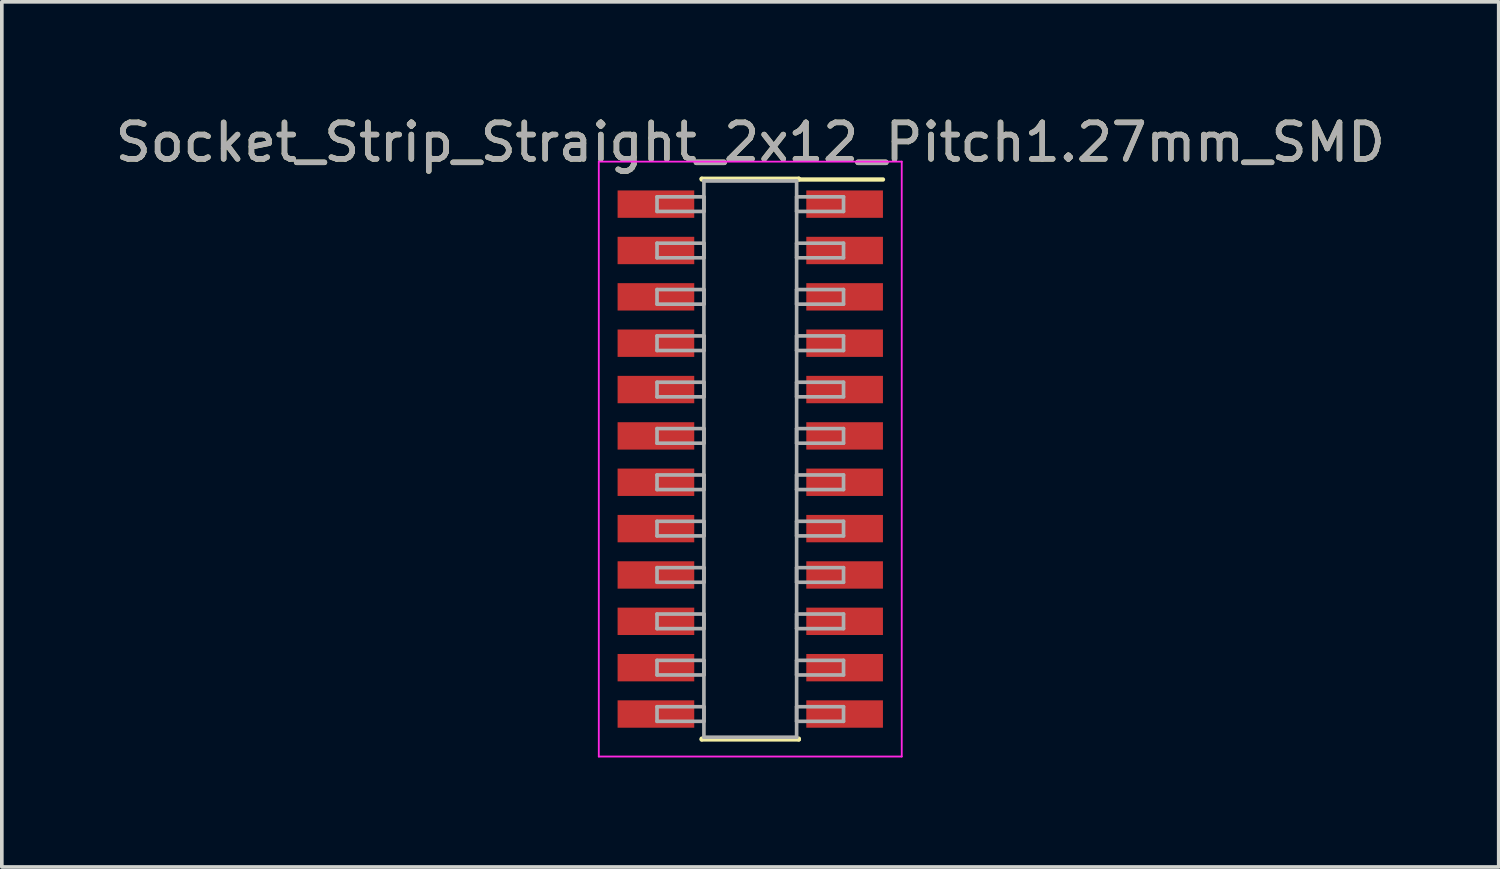
<source format=kicad_pcb>
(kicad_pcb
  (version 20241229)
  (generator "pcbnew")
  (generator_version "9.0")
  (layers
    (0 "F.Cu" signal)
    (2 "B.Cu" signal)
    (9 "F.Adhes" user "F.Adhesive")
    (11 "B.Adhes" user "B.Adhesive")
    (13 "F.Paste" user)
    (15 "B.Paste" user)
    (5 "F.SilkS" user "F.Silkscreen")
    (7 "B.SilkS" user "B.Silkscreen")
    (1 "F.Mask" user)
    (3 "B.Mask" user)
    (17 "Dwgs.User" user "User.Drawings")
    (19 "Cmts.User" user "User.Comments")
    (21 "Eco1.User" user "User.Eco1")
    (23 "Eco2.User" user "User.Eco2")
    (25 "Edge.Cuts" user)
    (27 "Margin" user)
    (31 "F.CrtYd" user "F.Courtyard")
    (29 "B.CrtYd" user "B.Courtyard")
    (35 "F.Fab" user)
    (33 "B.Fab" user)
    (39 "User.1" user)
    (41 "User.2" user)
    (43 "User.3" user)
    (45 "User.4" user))
  (footprint "Socket_Strip_Straight_2x12_Pitch1.27mm_SMD"
    (layer "F.Cu")
    (at 17.506 9.528)
    (property "Reference" "Socket_Strip_Straight_2x12_Pitch1.27mm_SMD" (at 0 -8.68 0) (layer "F.SilkS") (effects (font (size 1 1) (thickness 0.15))))
    (attr smd)
    (fp_line (start -1.33 -7.68) (end 1.33 -7.68) (stroke (width 0.12) (type solid)) (layer "F.SilkS"))
    (fp_line (start -1.33 -7.66) (end -1.33 -7.68) (stroke (width 0.12) (type solid)) (layer "F.SilkS"))
    (fp_line (start -1.33 7.66) (end -1.33 7.68) (stroke (width 0.12) (type solid)) (layer "F.SilkS"))
    (fp_line (start -1.33 7.68) (end 1.33 7.68) (stroke (width 0.12) (type solid)) (layer "F.SilkS"))
    (fp_line (start 1.33 -7.68) (end 1.33 -7.66) (stroke (width 0.12) (type solid)) (layer "F.SilkS"))
    (fp_line (start 1.33 7.68) (end 1.33 7.66) (stroke (width 0.12) (type solid)) (layer "F.SilkS"))
    (fp_line (start 3.635 -7.66) (end 1.33 -7.66) (stroke (width 0.12) (type solid)) (layer "F.SilkS"))
    (fp_line (start -4.15 -8.15) (end -4.15 8.15) (stroke (width 0.05) (type solid)) (layer "F.CrtYd"))
    (fp_line (start -4.15 8.15) (end 4.15 8.15) (stroke (width 0.05) (type solid)) (layer "F.CrtYd"))
    (fp_line (start 4.15 -8.15) (end -4.15 -8.15) (stroke (width 0.05) (type solid)) (layer "F.CrtYd"))
    (fp_line (start 4.15 8.15) (end 4.15 -8.15) (stroke (width 0.05) (type solid)) (layer "F.CrtYd"))
    (fp_line (start -2.555 -7.185) (end -1.27 -7.185) (stroke (width 0.1) (type solid)) (layer "F.Fab"))
    (fp_line (start -2.555 -6.785) (end -2.555 -7.185) (stroke (width 0.1) (type solid)) (layer "F.Fab"))
    (fp_line (start -2.555 -5.915) (end -1.27 -5.915) (stroke (width 0.1) (type solid)) (layer "F.Fab"))
    (fp_line (start -2.555 -5.515) (end -2.555 -5.915) (stroke (width 0.1) (type solid)) (layer "F.Fab"))
    (fp_line (start -2.555 -4.645) (end -1.27 -4.645) (stroke (width 0.1) (type solid)) (layer "F.Fab"))
    (fp_line (start -2.555 -4.245) (end -2.555 -4.645) (stroke (width 0.1) (type solid)) (layer "F.Fab"))
    (fp_line (start -2.555 -3.375) (end -1.27 -3.375) (stroke (width 0.1) (type solid)) (layer "F.Fab"))
    (fp_line (start -2.555 -2.975) (end -2.555 -3.375) (stroke (width 0.1) (type solid)) (layer "F.Fab"))
    (fp_line (start -2.555 -2.105) (end -1.27 -2.105) (stroke (width 0.1) (type solid)) (layer "F.Fab"))
    (fp_line (start -2.555 -1.705) (end -2.555 -2.105) (stroke (width 0.1) (type solid)) (layer "F.Fab"))
    (fp_line (start -2.555 -0.835) (end -1.27 -0.835) (stroke (width 0.1) (type solid)) (layer "F.Fab"))
    (fp_line (start -2.555 -0.435) (end -2.555 -0.835) (stroke (width 0.1) (type solid)) (layer "F.Fab"))
    (fp_line (start -2.555 0.435) (end -1.27 0.435) (stroke (width 0.1) (type solid)) (layer "F.Fab"))
    (fp_line (start -2.555 0.835) (end -2.555 0.435) (stroke (width 0.1) (type solid)) (layer "F.Fab"))
    (fp_line (start -2.555 1.705) (end -1.27 1.705) (stroke (width 0.1) (type solid)) (layer "F.Fab"))
    (fp_line (start -2.555 2.105) (end -2.555 1.705) (stroke (width 0.1) (type solid)) (layer "F.Fab"))
    (fp_line (start -2.555 2.975) (end -1.27 2.975) (stroke (width 0.1) (type solid)) (layer "F.Fab"))
    (fp_line (start -2.555 3.375) (end -2.555 2.975) (stroke (width 0.1) (type solid)) (layer "F.Fab"))
    (fp_line (start -2.555 4.245) (end -1.27 4.245) (stroke (width 0.1) (type solid)) (layer "F.Fab"))
    (fp_line (start -2.555 4.645) (end -2.555 4.245) (stroke (width 0.1) (type solid)) (layer "F.Fab"))
    (fp_line (start -2.555 5.515) (end -1.27 5.515) (stroke (width 0.1) (type solid)) (layer "F.Fab"))
    (fp_line (start -2.555 5.915) (end -2.555 5.515) (stroke (width 0.1) (type solid)) (layer "F.Fab"))
    (fp_line (start -2.555 6.785) (end -1.27 6.785) (stroke (width 0.1) (type solid)) (layer "F.Fab"))
    (fp_line (start -2.555 7.185) (end -2.555 6.785) (stroke (width 0.1) (type solid)) (layer "F.Fab"))
    (fp_line (start -1.27 -7.62) (end -1.27 7.62) (stroke (width 0.1) (type solid)) (layer "F.Fab"))
    (fp_line (start -1.27 -7.185) (end -1.27 -6.785) (stroke (width 0.1) (type solid)) (layer "F.Fab"))
    (fp_line (start -1.27 -6.785) (end -2.555 -6.785) (stroke (width 0.1) (type solid)) (layer "F.Fab"))
    (fp_line (start -1.27 -5.915) (end -1.27 -5.515) (stroke (width 0.1) (type solid)) (layer "F.Fab"))
    (fp_line (start -1.27 -5.515) (end -2.555 -5.515) (stroke (width 0.1) (type solid)) (layer "F.Fab"))
    (fp_line (start -1.27 -4.645) (end -1.27 -4.245) (stroke (width 0.1) (type solid)) (layer "F.Fab"))
    (fp_line (start -1.27 -4.245) (end -2.555 -4.245) (stroke (width 0.1) (type solid)) (layer "F.Fab"))
    (fp_line (start -1.27 -3.375) (end -1.27 -2.975) (stroke (width 0.1) (type solid)) (layer "F.Fab"))
    (fp_line (start -1.27 -2.975) (end -2.555 -2.975) (stroke (width 0.1) (type solid)) (layer "F.Fab"))
    (fp_line (start -1.27 -2.105) (end -1.27 -1.705) (stroke (width 0.1) (type solid)) (layer "F.Fab"))
    (fp_line (start -1.27 -1.705) (end -2.555 -1.705) (stroke (width 0.1) (type solid)) (layer "F.Fab"))
    (fp_line (start -1.27 -0.835) (end -1.27 -0.435) (stroke (width 0.1) (type solid)) (layer "F.Fab"))
    (fp_line (start -1.27 -0.435) (end -2.555 -0.435) (stroke (width 0.1) (type solid)) (layer "F.Fab"))
    (fp_line (start -1.27 0.435) (end -1.27 0.835) (stroke (width 0.1) (type solid)) (layer "F.Fab"))
    (fp_line (start -1.27 0.835) (end -2.555 0.835) (stroke (width 0.1) (type solid)) (layer "F.Fab"))
    (fp_line (start -1.27 1.705) (end -1.27 2.105) (stroke (width 0.1) (type solid)) (layer "F.Fab"))
    (fp_line (start -1.27 2.105) (end -2.555 2.105) (stroke (width 0.1) (type solid)) (layer "F.Fab"))
    (fp_line (start -1.27 2.975) (end -1.27 3.375) (stroke (width 0.1) (type solid)) (layer "F.Fab"))
    (fp_line (start -1.27 3.375) (end -2.555 3.375) (stroke (width 0.1) (type solid)) (layer "F.Fab"))
    (fp_line (start -1.27 4.245) (end -1.27 4.645) (stroke (width 0.1) (type solid)) (layer "F.Fab"))
    (fp_line (start -1.27 4.645) (end -2.555 4.645) (stroke (width 0.1) (type solid)) (layer "F.Fab"))
    (fp_line (start -1.27 5.515) (end -1.27 5.915) (stroke (width 0.1) (type solid)) (layer "F.Fab"))
    (fp_line (start -1.27 5.915) (end -2.555 5.915) (stroke (width 0.1) (type solid)) (layer "F.Fab"))
    (fp_line (start -1.27 6.785) (end -1.27 7.185) (stroke (width 0.1) (type solid)) (layer "F.Fab"))
    (fp_line (start -1.27 7.185) (end -2.555 7.185) (stroke (width 0.1) (type solid)) (layer "F.Fab"))
    (fp_line (start -1.27 7.62) (end 1.27 7.62) (stroke (width 0.1) (type solid)) (layer "F.Fab"))
    (fp_line (start 1.27 -7.62) (end -1.27 -7.62) (stroke (width 0.1) (type solid)) (layer "F.Fab"))
    (fp_line (start 1.27 -7.185) (end 1.27 -6.785) (stroke (width 0.1) (type solid)) (layer "F.Fab"))
    (fp_line (start 1.27 -6.785) (end 2.555 -6.785) (stroke (width 0.1) (type solid)) (layer "F.Fab"))
    (fp_line (start 1.27 -5.915) (end 1.27 -5.515) (stroke (width 0.1) (type solid)) (layer "F.Fab"))
    (fp_line (start 1.27 -5.515) (end 2.555 -5.515) (stroke (width 0.1) (type solid)) (layer "F.Fab"))
    (fp_line (start 1.27 -4.645) (end 1.27 -4.245) (stroke (width 0.1) (type solid)) (layer "F.Fab"))
    (fp_line (start 1.27 -4.245) (end 2.555 -4.245) (stroke (width 0.1) (type solid)) (layer "F.Fab"))
    (fp_line (start 1.27 -3.375) (end 1.27 -2.975) (stroke (width 0.1) (type solid)) (layer "F.Fab"))
    (fp_line (start 1.27 -2.975) (end 2.555 -2.975) (stroke (width 0.1) (type solid)) (layer "F.Fab"))
    (fp_line (start 1.27 -2.105) (end 1.27 -1.705) (stroke (width 0.1) (type solid)) (layer "F.Fab"))
    (fp_line (start 1.27 -1.705) (end 2.555 -1.705) (stroke (width 0.1) (type solid)) (layer "F.Fab"))
    (fp_line (start 1.27 -0.835) (end 1.27 -0.435) (stroke (width 0.1) (type solid)) (layer "F.Fab"))
    (fp_line (start 1.27 -0.435) (end 2.555 -0.435) (stroke (width 0.1) (type solid)) (layer "F.Fab"))
    (fp_line (start 1.27 0.435) (end 1.27 0.835) (stroke (width 0.1) (type solid)) (layer "F.Fab"))
    (fp_line (start 1.27 0.835) (end 2.555 0.835) (stroke (width 0.1) (type solid)) (layer "F.Fab"))
    (fp_line (start 1.27 1.705) (end 1.27 2.105) (stroke (width 0.1) (type solid)) (layer "F.Fab"))
    (fp_line (start 1.27 2.105) (end 2.555 2.105) (stroke (width 0.1) (type solid)) (layer "F.Fab"))
    (fp_line (start 1.27 2.975) (end 1.27 3.375) (stroke (width 0.1) (type solid)) (layer "F.Fab"))
    (fp_line (start 1.27 3.375) (end 2.555 3.375) (stroke (width 0.1) (type solid)) (layer "F.Fab"))
    (fp_line (start 1.27 4.245) (end 1.27 4.645) (stroke (width 0.1) (type solid)) (layer "F.Fab"))
    (fp_line (start 1.27 4.645) (end 2.555 4.645) (stroke (width 0.1) (type solid)) (layer "F.Fab"))
    (fp_line (start 1.27 5.515) (end 1.27 5.915) (stroke (width 0.1) (type solid)) (layer "F.Fab"))
    (fp_line (start 1.27 5.915) (end 2.555 5.915) (stroke (width 0.1) (type solid)) (layer "F.Fab"))
    (fp_line (start 1.27 6.785) (end 1.27 7.185) (stroke (width 0.1) (type solid)) (layer "F.Fab"))
    (fp_line (start 1.27 7.185) (end 2.555 7.185) (stroke (width 0.1) (type solid)) (layer "F.Fab"))
    (fp_line (start 1.27 7.62) (end 1.27 -7.62) (stroke (width 0.1) (type solid)) (layer "F.Fab"))
    (fp_line (start 2.555 -7.185) (end 1.27 -7.185) (stroke (width 0.1) (type solid)) (layer "F.Fab"))
    (fp_line (start 2.555 -6.785) (end 2.555 -7.185) (stroke (width 0.1) (type solid)) (layer "F.Fab"))
    (fp_line (start 2.555 -5.915) (end 1.27 -5.915) (stroke (width 0.1) (type solid)) (layer "F.Fab"))
    (fp_line (start 2.555 -5.515) (end 2.555 -5.915) (stroke (width 0.1) (type solid)) (layer "F.Fab"))
    (fp_line (start 2.555 -4.645) (end 1.27 -4.645) (stroke (width 0.1) (type solid)) (layer "F.Fab"))
    (fp_line (start 2.555 -4.245) (end 2.555 -4.645) (stroke (width 0.1) (type solid)) (layer "F.Fab"))
    (fp_line (start 2.555 -3.375) (end 1.27 -3.375) (stroke (width 0.1) (type solid)) (layer "F.Fab"))
    (fp_line (start 2.555 -2.975) (end 2.555 -3.375) (stroke (width 0.1) (type solid)) (layer "F.Fab"))
    (fp_line (start 2.555 -2.105) (end 1.27 -2.105) (stroke (width 0.1) (type solid)) (layer "F.Fab"))
    (fp_line (start 2.555 -1.705) (end 2.555 -2.105) (stroke (width 0.1) (type solid)) (layer "F.Fab"))
    (fp_line (start 2.555 -0.835) (end 1.27 -0.835) (stroke (width 0.1) (type solid)) (layer "F.Fab"))
    (fp_line (start 2.555 -0.435) (end 2.555 -0.835) (stroke (width 0.1) (type solid)) (layer "F.Fab"))
    (fp_line (start 2.555 0.435) (end 1.27 0.435) (stroke (width 0.1) (type solid)) (layer "F.Fab"))
    (fp_line (start 2.555 0.835) (end 2.555 0.435) (stroke (width 0.1) (type solid)) (layer "F.Fab"))
    (fp_line (start 2.555 1.705) (end 1.27 1.705) (stroke (width 0.1) (type solid)) (layer "F.Fab"))
    (fp_line (start 2.555 2.105) (end 2.555 1.705) (stroke (width 0.1) (type solid)) (layer "F.Fab"))
    (fp_line (start 2.555 2.975) (end 1.27 2.975) (stroke (width 0.1) (type solid)) (layer "F.Fab"))
    (fp_line (start 2.555 3.375) (end 2.555 2.975) (stroke (width 0.1) (type solid)) (layer "F.Fab"))
    (fp_line (start 2.555 4.245) (end 1.27 4.245) (stroke (width 0.1) (type solid)) (layer "F.Fab"))
    (fp_line (start 2.555 4.645) (end 2.555 4.245) (stroke (width 0.1) (type solid)) (layer "F.Fab"))
    (fp_line (start 2.555 5.515) (end 1.27 5.515) (stroke (width 0.1) (type solid)) (layer "F.Fab"))
    (fp_line (start 2.555 5.915) (end 2.555 5.515) (stroke (width 0.1) (type solid)) (layer "F.Fab"))
    (fp_line (start 2.555 6.785) (end 1.27 6.785) (stroke (width 0.1) (type solid)) (layer "F.Fab"))
    (fp_line (start 2.555 7.185) (end 2.555 6.785) (stroke (width 0.1) (type solid)) (layer "F.Fab"))
    (fp_text user "${REFERENCE}" (at 0 -8.68 0) (layer "F.Fab") (effects (font (size 1 1) (thickness 0.15))))
    (pad "1" smd rect (at 2.585 -6.985) (size 2.1 0.75) (layers "F.Cu" "F.Mask" "F.Paste"))
    (pad "2" smd rect (at -2.585 -6.985) (size 2.1 0.75) (layers "F.Cu" "F.Mask" "F.Paste"))
    (pad "3" smd rect (at 2.585 -5.715) (size 2.1 0.75) (layers "F.Cu" "F.Mask" "F.Paste"))
    (pad "4" smd rect (at -2.585 -5.715) (size 2.1 0.75) (layers "F.Cu" "F.Mask" "F.Paste"))
    (pad "5" smd rect (at 2.585 -4.445) (size 2.1 0.75) (layers "F.Cu" "F.Mask" "F.Paste"))
    (pad "6" smd rect (at -2.585 -4.445) (size 2.1 0.75) (layers "F.Cu" "F.Mask" "F.Paste"))
    (pad "7" smd rect (at 2.585 -3.175) (size 2.1 0.75) (layers "F.Cu" "F.Mask" "F.Paste"))
    (pad "8" smd rect (at -2.585 -3.175) (size 2.1 0.75) (layers "F.Cu" "F.Mask" "F.Paste"))
    (pad "9" smd rect (at 2.585 -1.905) (size 2.1 0.75) (layers "F.Cu" "F.Mask" "F.Paste"))
    (pad "10" smd rect (at -2.585 -1.905) (size 2.1 0.75) (layers "F.Cu" "F.Mask" "F.Paste"))
    (pad "11" smd rect (at 2.585 -0.635) (size 2.1 0.75) (layers "F.Cu" "F.Mask" "F.Paste"))
    (pad "12" smd rect (at -2.585 -0.635) (size 2.1 0.75) (layers "F.Cu" "F.Mask" "F.Paste"))
    (pad "13" smd rect (at 2.585 0.635) (size 2.1 0.75) (layers "F.Cu" "F.Mask" "F.Paste"))
    (pad "14" smd rect (at -2.585 0.635) (size 2.1 0.75) (layers "F.Cu" "F.Mask" "F.Paste"))
    (pad "15" smd rect (at 2.585 1.905) (size 2.1 0.75) (layers "F.Cu" "F.Mask" "F.Paste"))
    (pad "16" smd rect (at -2.585 1.905) (size 2.1 0.75) (layers "F.Cu" "F.Mask" "F.Paste"))
    (pad "17" smd rect (at 2.585 3.175) (size 2.1 0.75) (layers "F.Cu" "F.Mask" "F.Paste"))
    (pad "18" smd rect (at -2.585 3.175) (size 2.1 0.75) (layers "F.Cu" "F.Mask" "F.Paste"))
    (pad "19" smd rect (at 2.585 4.445) (size 2.1 0.75) (layers "F.Cu" "F.Mask" "F.Paste"))
    (pad "20" smd rect (at -2.585 4.445) (size 2.1 0.75) (layers "F.Cu" "F.Mask" "F.Paste"))
    (pad "21" smd rect (at 2.585 5.715) (size 2.1 0.75) (layers "F.Cu" "F.Mask" "F.Paste"))
    (pad "22" smd rect (at -2.585 5.715) (size 2.1 0.75) (layers "F.Cu" "F.Mask" "F.Paste"))
    (pad "23" smd rect (at 2.585 6.985) (size 2.1 0.75) (layers "F.Cu" "F.Mask" "F.Paste"))
    (pad "24" smd rect (at -2.585 6.985) (size 2.1 0.75) (layers "F.Cu" "F.Mask" "F.Paste")))
  (gr_rect
    (start -3 -3)
    (end 38.012 20.703)
    (stroke (width 0.1) (type default))
    (fill no)
    (layer "Edge.Cuts")))
</source>
